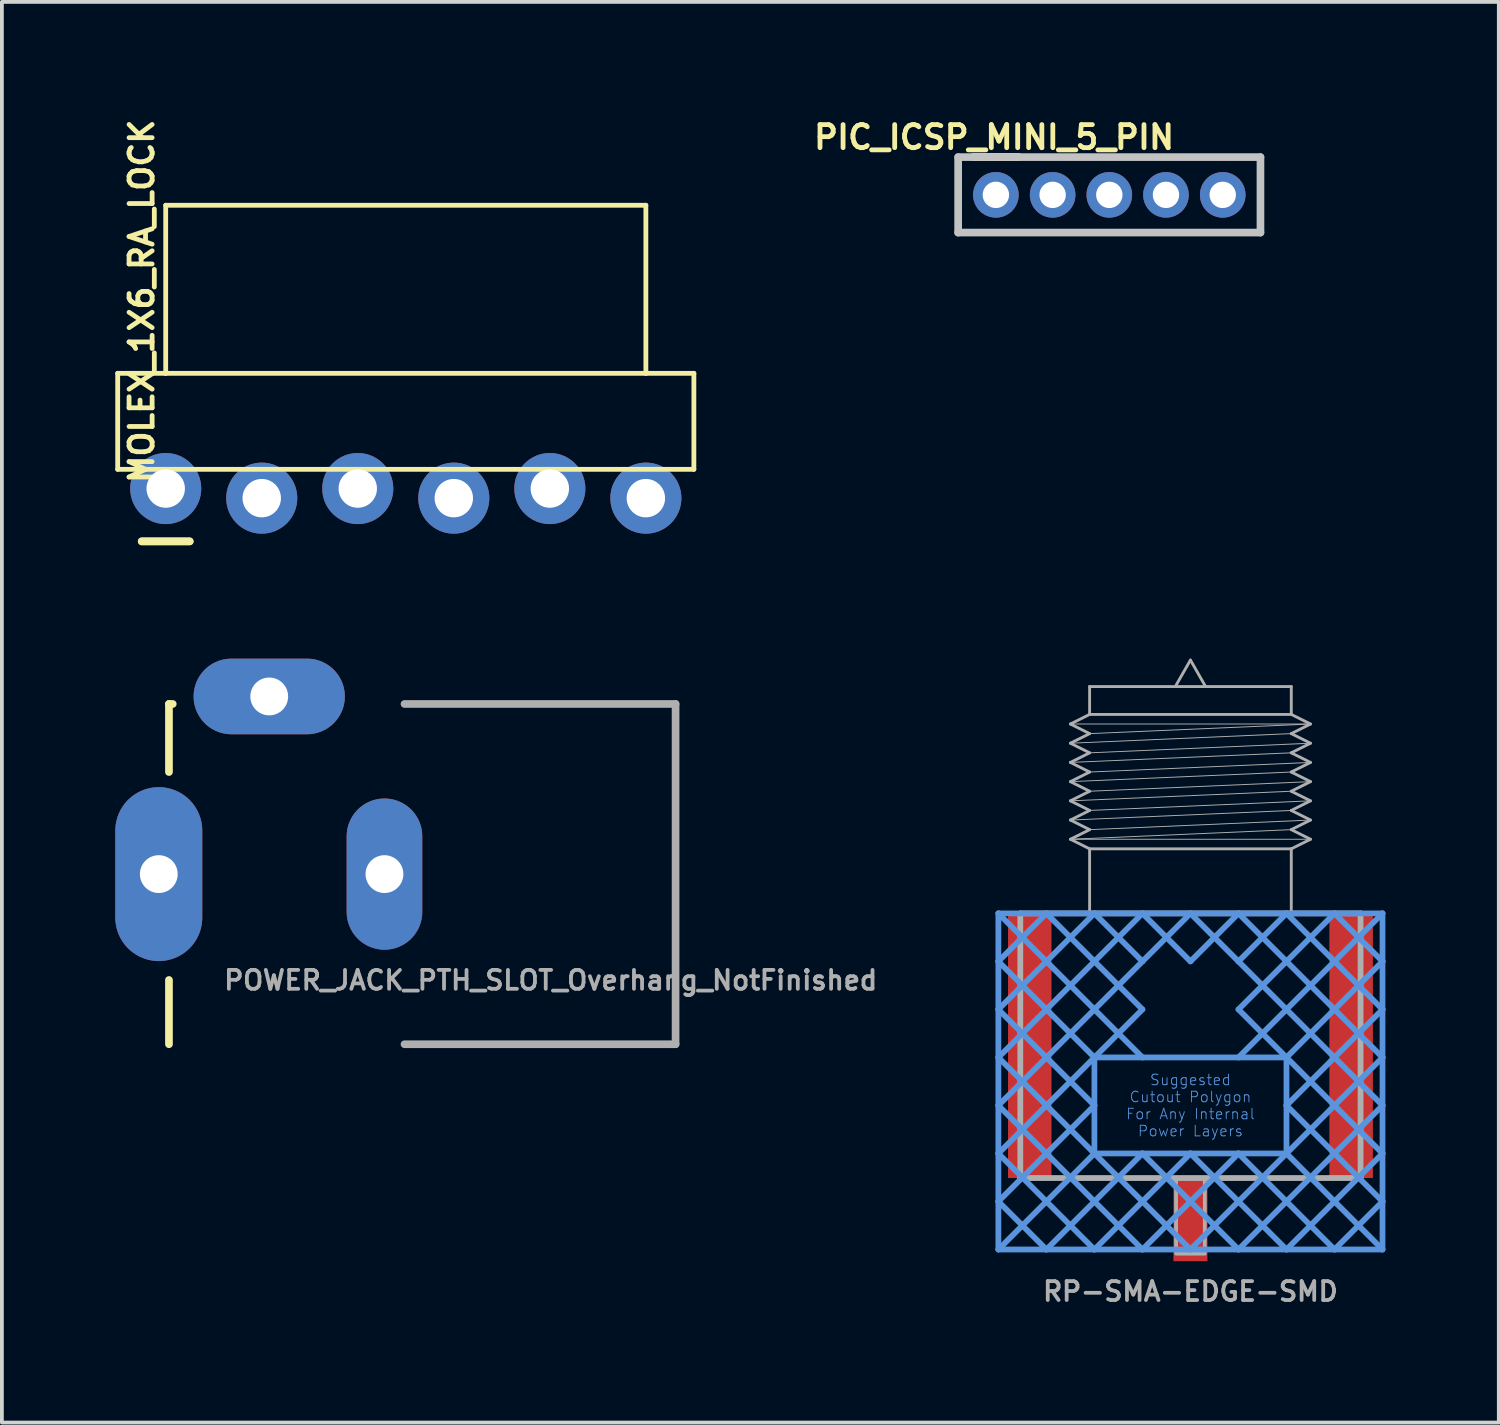
<source format=kicad_pcb>
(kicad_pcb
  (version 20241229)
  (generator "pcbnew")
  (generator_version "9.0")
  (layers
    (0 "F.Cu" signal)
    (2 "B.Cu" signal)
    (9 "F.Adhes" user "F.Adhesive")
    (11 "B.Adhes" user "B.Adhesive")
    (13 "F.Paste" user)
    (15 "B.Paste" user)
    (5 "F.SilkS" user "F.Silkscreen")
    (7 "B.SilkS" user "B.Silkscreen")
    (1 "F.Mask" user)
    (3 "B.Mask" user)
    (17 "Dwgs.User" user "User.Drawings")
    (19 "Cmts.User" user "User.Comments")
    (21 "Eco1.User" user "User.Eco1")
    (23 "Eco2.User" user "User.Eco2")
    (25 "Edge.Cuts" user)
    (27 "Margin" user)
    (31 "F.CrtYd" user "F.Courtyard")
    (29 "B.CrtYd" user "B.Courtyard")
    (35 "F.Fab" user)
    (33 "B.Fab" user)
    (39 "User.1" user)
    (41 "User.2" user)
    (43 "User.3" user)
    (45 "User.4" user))
  (footprint "MOLEX_1X6_RA_LOCK"
    (layer "F.Cu")
    (at 1.333 9.999)
    (property "Reference" "MOLEX_1X6_RA_LOCK" (at -0.635 -5.08 90) (layer "F.SilkS") (effects (font (size 0.61 0.61) (thickness 0.127))))
    (attr exclude_from_pos_files exclude_from_bom)
    (fp_line (start -1.27 -0.635) (end -1.27 -3.175) (stroke (width 0.127) (type solid)) (layer "F.SilkS"))
    (fp_line (start -0.635 1.27) (end 0.635 1.27) (stroke (width 0.203) (type solid)) (layer "F.SilkS"))
    (fp_line (start 0 -7.62) (end 12.7 -7.62) (stroke (width 0.127) (type solid)) (layer "F.SilkS"))
    (fp_line (start 0 -3.175) (end -1.27 -3.175) (stroke (width 0.127) (type solid)) (layer "F.SilkS"))
    (fp_line (start 0 -3.175) (end 0 -7.62) (stroke (width 0.127) (type solid)) (layer "F.SilkS"))
    (fp_line (start 0.635 1.27) (end -0.635 1.27) (stroke (width 0.203) (type solid)) (layer "F.SilkS"))
    (fp_line (start 12.7 -7.62) (end 12.7 -3.175) (stroke (width 0.127) (type solid)) (layer "F.SilkS"))
    (fp_line (start 12.7 -3.175) (end 0 -3.175) (stroke (width 0.127) (type solid)) (layer "F.SilkS"))
    (fp_line (start 13.97 -3.175) (end 12.7 -3.175) (stroke (width 0.127) (type solid)) (layer "F.SilkS"))
    (fp_line (start 13.97 -0.635) (end -1.27 -0.635) (stroke (width 0.127) (type solid)) (layer "F.SilkS"))
    (fp_line (start 13.97 -0.635) (end 13.97 -3.175) (stroke (width 0.127) (type solid)) (layer "F.SilkS"))
    (pad "1" thru_hole circle (at 0 -0.127) (size 1.88 1.88) (drill 1.016) (layers "*.Cu" "*.Mask"))
    (pad "2" thru_hole circle (at 2.54 0.127) (size 1.88 1.88) (drill 1.016) (layers "*.Cu" "*.Mask"))
    (pad "3" thru_hole circle (at 5.08 -0.127) (size 1.88 1.88) (drill 1.016) (layers "*.Cu" "*.Mask"))
    (pad "4" thru_hole circle (at 7.62 0.127) (size 1.88 1.88) (drill 1.016) (layers "*.Cu" "*.Mask"))
    (pad "5" thru_hole circle (at 10.16 -0.127) (size 1.88 1.88) (drill 1.016) (layers "*.Cu" "*.Mask"))
    (pad "6" thru_hole circle (at 12.7 0.127) (size 1.88 1.88) (drill 1.016) (layers "*.Cu" "*.Mask")))
  (footprint "RP-SMA-EDGE-SMD"
    (layer "F.Cu")
    (at 28.437 21.109)
    (property "Reference" "RP-SMA-EDGE-SMD" (at 0 10 0) (layer "F.Fab") (effects (font (size 0.5 0.5) (thickness 0.1) (bold yes))))
    (fp_poly (pts (xy -4.93 7) (xy -3.68 7) (xy -3.68 0) (xy -4.93 0)) (stroke (width 0) (type default)) (fill yes) (layer "F.Paste"))
    (fp_poly (pts (xy -0.55 9.39) (xy 0.55 9.39) (xy 0.55 6.99) (xy -0.55 6.99)) (stroke (width 0) (type default)) (fill yes) (layer "F.Paste"))
    (fp_poly (pts (xy 3.68 7) (xy 4.93 7) (xy 4.93 0) (xy 3.68 0)) (stroke (width 0) (type default)) (fill yes) (layer "F.Paste"))
    (fp_line (start -5.08 0) (end -5.08 1.27) (stroke (width 0.152) (type solid)) (layer "Cmts.User"))
    (fp_line (start -5.08 0) (end -1.27 3.81) (stroke (width 0.152) (type solid)) (layer "Cmts.User"))
    (fp_line (start -5.08 1.27) (end -5.08 2.54) (stroke (width 0.152) (type solid)) (layer "Cmts.User"))
    (fp_line (start -5.08 1.27) (end -2.54 3.81) (stroke (width 0.152) (type solid)) (layer "Cmts.User"))
    (fp_line (start -5.08 2.54) (end -5.08 3.81) (stroke (width 0.152) (type solid)) (layer "Cmts.User"))
    (fp_line (start -5.08 2.54) (end -2.54 5.08) (stroke (width 0.152) (type solid)) (layer "Cmts.User"))
    (fp_line (start -5.08 3.81) (end -5.08 5.08) (stroke (width 0.152) (type solid)) (layer "Cmts.User"))
    (fp_line (start -5.08 3.81) (end -2.54 6.35) (stroke (width 0.152) (type solid)) (layer "Cmts.User"))
    (fp_line (start -5.08 5.08) (end -5.08 6.35) (stroke (width 0.152) (type solid)) (layer "Cmts.User"))
    (fp_line (start -5.08 5.08) (end -1.27 8.89) (stroke (width 0.152) (type solid)) (layer "Cmts.User"))
    (fp_line (start -5.08 6.35) (end -5.08 7.62) (stroke (width 0.152) (type solid)) (layer "Cmts.User"))
    (fp_line (start -5.08 6.35) (end -2.54 8.89) (stroke (width 0.152) (type solid)) (layer "Cmts.User"))
    (fp_line (start -5.08 7.62) (end -5.08 8.89) (stroke (width 0.152) (type solid)) (layer "Cmts.User"))
    (fp_line (start -5.08 7.62) (end -3.81 8.89) (stroke (width 0.152) (type solid)) (layer "Cmts.User"))
    (fp_line (start -5.08 8.89) (end -3.81 8.89) (stroke (width 0.152) (type solid)) (layer "Cmts.User"))
    (fp_line (start -3.81 0) (end -5.08 0) (stroke (width 0.152) (type solid)) (layer "Cmts.User"))
    (fp_line (start -3.81 0) (end -5.08 1.27) (stroke (width 0.152) (type solid)) (layer "Cmts.User"))
    (fp_line (start -3.81 0) (end -1.27 2.54) (stroke (width 0.152) (type solid)) (layer "Cmts.User"))
    (fp_line (start -3.81 8.89) (end -2.54 8.89) (stroke (width 0.152) (type solid)) (layer "Cmts.User"))
    (fp_line (start -2.54 0) (end -5.08 2.54) (stroke (width 0.152) (type solid)) (layer "Cmts.User"))
    (fp_line (start -2.54 0) (end -3.81 0) (stroke (width 0.152) (type solid)) (layer "Cmts.User"))
    (fp_line (start -2.54 0) (end -1.27 1.27) (stroke (width 0.152) (type solid)) (layer "Cmts.User"))
    (fp_line (start -2.54 3.81) (end -5.08 6.35) (stroke (width 0.152) (type solid)) (layer "Cmts.User"))
    (fp_line (start -2.54 3.81) (end -2.54 5.08) (stroke (width 0.152) (type solid)) (layer "Cmts.User"))
    (fp_line (start -2.54 5.08) (end -5.08 7.62) (stroke (width 0.152) (type solid)) (layer "Cmts.User"))
    (fp_line (start -2.54 5.08) (end -2.54 6.35) (stroke (width 0.152) (type solid)) (layer "Cmts.User"))
    (fp_line (start -2.54 6.35) (end -5.08 8.89) (stroke (width 0.152) (type solid)) (layer "Cmts.User"))
    (fp_line (start -2.54 6.35) (end -1.27 6.35) (stroke (width 0.152) (type solid)) (layer "Cmts.User"))
    (fp_line (start -2.54 6.35) (end 0 8.89) (stroke (width 0.152) (type solid)) (layer "Cmts.User"))
    (fp_line (start -2.54 8.89) (end -1.27 8.89) (stroke (width 0.152) (type solid)) (layer "Cmts.User"))
    (fp_line (start -1.27 0) (end -5.08 3.81) (stroke (width 0.152) (type solid)) (layer "Cmts.User"))
    (fp_line (start -1.27 0) (end -2.54 0) (stroke (width 0.152) (type solid)) (layer "Cmts.User"))
    (fp_line (start -1.27 0) (end 0 1.27) (stroke (width 0.152) (type solid)) (layer "Cmts.User"))
    (fp_line (start -1.27 1.27) (end -5.08 5.08) (stroke (width 0.152) (type solid)) (layer "Cmts.User"))
    (fp_line (start -1.27 2.54) (end -2.54 3.81) (stroke (width 0.152) (type solid)) (layer "Cmts.User"))
    (fp_line (start -1.27 3.81) (end -2.54 3.81) (stroke (width 0.152) (type solid)) (layer "Cmts.User"))
    (fp_line (start -1.27 6.35) (end -3.81 8.89) (stroke (width 0.152) (type solid)) (layer "Cmts.User"))
    (fp_line (start -1.27 6.35) (end 0 6.35) (stroke (width 0.152) (type solid)) (layer "Cmts.User"))
    (fp_line (start -1.27 6.35) (end 1.27 8.89) (stroke (width 0.152) (type solid)) (layer "Cmts.User"))
    (fp_line (start -1.27 8.89) (end 0 8.89) (stroke (width 0.152) (type solid)) (layer "Cmts.User"))
    (fp_line (start 0 0) (end -1.27 0) (stroke (width 0.152) (type solid)) (layer "Cmts.User"))
    (fp_line (start 0 0) (end -1.27 1.27) (stroke (width 0.152) (type solid)) (layer "Cmts.User"))
    (fp_line (start 0 0) (end 1.27 1.27) (stroke (width 0.152) (type solid)) (layer "Cmts.User"))
    (fp_line (start 0 6.35) (end -2.54 8.89) (stroke (width 0.152) (type solid)) (layer "Cmts.User"))
    (fp_line (start 0 6.35) (end 1.27 6.35) (stroke (width 0.152) (type solid)) (layer "Cmts.User"))
    (fp_line (start 0 6.35) (end 2.54 8.89) (stroke (width 0.152) (type solid)) (layer "Cmts.User"))
    (fp_line (start 0 8.89) (end 1.27 8.89) (stroke (width 0.152) (type solid)) (layer "Cmts.User"))
    (fp_line (start 1.27 0) (end 0 0) (stroke (width 0.152) (type solid)) (layer "Cmts.User"))
    (fp_line (start 1.27 0) (end 0 1.27) (stroke (width 0.152) (type solid)) (layer "Cmts.User"))
    (fp_line (start 1.27 0) (end 5.08 3.81) (stroke (width 0.152) (type solid)) (layer "Cmts.User"))
    (fp_line (start 1.27 1.27) (end 5.08 5.08) (stroke (width 0.152) (type solid)) (layer "Cmts.User"))
    (fp_line (start 1.27 2.54) (end 2.54 3.81) (stroke (width 0.152) (type solid)) (layer "Cmts.User"))
    (fp_line (start 1.27 3.81) (end -1.27 3.81) (stroke (width 0.152) (type solid)) (layer "Cmts.User"))
    (fp_line (start 1.27 6.35) (end -1.27 8.89) (stroke (width 0.152) (type solid)) (layer "Cmts.User"))
    (fp_line (start 1.27 6.35) (end 2.54 6.35) (stroke (width 0.152) (type solid)) (layer "Cmts.User"))
    (fp_line (start 1.27 6.35) (end 3.81 8.89) (stroke (width 0.152) (type solid)) (layer "Cmts.User"))
    (fp_line (start 1.27 8.89) (end 2.54 8.89) (stroke (width 0.152) (type solid)) (layer "Cmts.User"))
    (fp_line (start 2.54 0) (end 1.27 0) (stroke (width 0.152) (type solid)) (layer "Cmts.User"))
    (fp_line (start 2.54 0) (end 1.27 1.27) (stroke (width 0.152) (type solid)) (layer "Cmts.User"))
    (fp_line (start 2.54 0) (end 5.08 2.54) (stroke (width 0.152) (type solid)) (layer "Cmts.User"))
    (fp_line (start 2.54 3.81) (end 1.27 3.81) (stroke (width 0.152) (type solid)) (layer "Cmts.User"))
    (fp_line (start 2.54 3.81) (end 5.08 6.35) (stroke (width 0.152) (type solid)) (layer "Cmts.User"))
    (fp_line (start 2.54 5.08) (end 2.54 3.81) (stroke (width 0.152) (type solid)) (layer "Cmts.User"))
    (fp_line (start 2.54 5.08) (end 5.08 7.62) (stroke (width 0.152) (type solid)) (layer "Cmts.User"))
    (fp_line (start 2.54 6.35) (end 0 8.89) (stroke (width 0.152) (type solid)) (layer "Cmts.User"))
    (fp_line (start 2.54 6.35) (end 2.54 5.08) (stroke (width 0.152) (type solid)) (layer "Cmts.User"))
    (fp_line (start 2.54 6.35) (end 5.08 8.89) (stroke (width 0.152) (type solid)) (layer "Cmts.User"))
    (fp_line (start 2.54 8.89) (end 3.81 8.89) (stroke (width 0.152) (type solid)) (layer "Cmts.User"))
    (fp_line (start 3.81 0) (end 1.27 2.54) (stroke (width 0.152) (type solid)) (layer "Cmts.User"))
    (fp_line (start 3.81 0) (end 2.54 0) (stroke (width 0.152) (type solid)) (layer "Cmts.User"))
    (fp_line (start 3.81 8.89) (end 5.08 8.89) (stroke (width 0.152) (type solid)) (layer "Cmts.User"))
    (fp_line (start 5.08 0) (end 1.27 3.81) (stroke (width 0.152) (type solid)) (layer "Cmts.User"))
    (fp_line (start 5.08 0) (end 3.81 0) (stroke (width 0.152) (type solid)) (layer "Cmts.User"))
    (fp_line (start 5.08 1.27) (end 2.54 3.81) (stroke (width 0.152) (type solid)) (layer "Cmts.User"))
    (fp_line (start 5.08 1.27) (end 3.81 0) (stroke (width 0.152) (type solid)) (layer "Cmts.User"))
    (fp_line (start 5.08 1.27) (end 5.08 0) (stroke (width 0.152) (type solid)) (layer "Cmts.User"))
    (fp_line (start 5.08 2.54) (end 2.54 5.08) (stroke (width 0.152) (type solid)) (layer "Cmts.User"))
    (fp_line (start 5.08 2.54) (end 5.08 1.27) (stroke (width 0.152) (type solid)) (layer "Cmts.User"))
    (fp_line (start 5.08 3.81) (end 2.54 6.35) (stroke (width 0.152) (type solid)) (layer "Cmts.User"))
    (fp_line (start 5.08 3.81) (end 5.08 2.54) (stroke (width 0.152) (type solid)) (layer "Cmts.User"))
    (fp_line (start 5.08 5.08) (end 1.27 8.89) (stroke (width 0.152) (type solid)) (layer "Cmts.User"))
    (fp_line (start 5.08 5.08) (end 5.08 3.81) (stroke (width 0.152) (type solid)) (layer "Cmts.User"))
    (fp_line (start 5.08 6.35) (end 2.54 8.89) (stroke (width 0.152) (type solid)) (layer "Cmts.User"))
    (fp_line (start 5.08 6.35) (end 5.08 5.08) (stroke (width 0.152) (type solid)) (layer "Cmts.User"))
    (fp_line (start 5.08 7.62) (end 3.81 8.89) (stroke (width 0.152) (type solid)) (layer "Cmts.User"))
    (fp_line (start 5.08 7.62) (end 5.08 6.35) (stroke (width 0.152) (type solid)) (layer "Cmts.User"))
    (fp_line (start 5.08 8.89) (end 5.08 7.62) (stroke (width 0.152) (type solid)) (layer "Cmts.User"))
    (fp_line (start -4.5 0) (end -2.667 0) (stroke (width 0.152) (type solid)) (layer "F.Fab"))
    (fp_line (start -4.5 7) (end -4.5 0) (stroke (width 0.152) (type solid)) (layer "F.Fab"))
    (fp_line (start -3.175 -5.009) (end -2.667 -5.263) (stroke (width 0.076) (type solid)) (layer "F.Fab"))
    (fp_line (start -3.175 -4.501) (end -2.667 -4.755) (stroke (width 0.076) (type solid)) (layer "F.Fab"))
    (fp_line (start -3.175 -4.501) (end 2.667 -4.755) (stroke (width 0.025) (type solid)) (layer "F.Fab"))
    (fp_line (start -3.175 -3.993) (end -2.667 -4.247) (stroke (width 0.076) (type solid)) (layer "F.Fab"))
    (fp_line (start -3.175 -3.993) (end -2.667 -3.739) (stroke (width 0.076) (type solid)) (layer "F.Fab"))
    (fp_line (start -3.175 -3.993) (end 2.667 -4.247) (stroke (width 0.025) (type solid)) (layer "F.Fab"))
    (fp_line (start -3.175 -3.485) (end -2.667 -3.739) (stroke (width 0.076) (type solid)) (layer "F.Fab"))
    (fp_line (start -3.175 -3.485) (end 2.667 -3.739) (stroke (width 0.025) (type solid)) (layer "F.Fab"))
    (fp_line (start -3.175 -2.977) (end -2.667 -3.231) (stroke (width 0.076) (type solid)) (layer "F.Fab"))
    (fp_line (start -3.175 -2.977) (end 2.667 -3.231) (stroke (width 0.025) (type solid)) (layer "F.Fab"))
    (fp_line (start -3.175 -2.469) (end -2.667 -2.723) (stroke (width 0.076) (type solid)) (layer "F.Fab"))
    (fp_line (start -3.175 -2.469) (end 2.667 -2.723) (stroke (width 0.025) (type solid)) (layer "F.Fab"))
    (fp_line (start -3.175 -1.961) (end -2.667 -2.215) (stroke (width 0.076) (type solid)) (layer "F.Fab"))
    (fp_line (start -3.175 -1.961) (end 2.667 -2.215) (stroke (width 0.025) (type solid)) (layer "F.Fab"))
    (fp_line (start -3.175 -1.961) (end 3.175 -1.961) (stroke (width 0.025) (type solid)) (layer "F.Fab"))
    (fp_line (start -2.667 -6) (end -0.4 -6) (stroke (width 0.076) (type solid)) (layer "F.Fab"))
    (fp_line (start -2.667 -5.263) (end -2.667 -6) (stroke (width 0.076) (type solid)) (layer "F.Fab"))
    (fp_line (start -2.667 -5.263) (end 2.667 -5.263) (stroke (width 0.076) (type solid)) (layer "F.Fab"))
    (fp_line (start -2.667 -4.755) (end -3.175 -5.009) (stroke (width 0.076) (type solid)) (layer "F.Fab"))
    (fp_line (start -2.667 -4.755) (end 3.175 -5.009) (stroke (width 0.025) (type solid)) (layer "F.Fab"))
    (fp_line (start -2.667 -4.247) (end -3.175 -4.501) (stroke (width 0.076) (type solid)) (layer "F.Fab"))
    (fp_line (start -2.667 -4.247) (end 3.175 -4.501) (stroke (width 0.025) (type solid)) (layer "F.Fab"))
    (fp_line (start -2.667 -3.739) (end 3.175 -3.993) (stroke (width 0.025) (type solid)) (layer "F.Fab"))
    (fp_line (start -2.667 -3.231) (end -3.175 -3.485) (stroke (width 0.076) (type solid)) (layer "F.Fab"))
    (fp_line (start -2.667 -3.231) (end 3.175 -3.485) (stroke (width 0.025) (type solid)) (layer "F.Fab"))
    (fp_line (start -2.667 -2.723) (end -3.175 -2.977) (stroke (width 0.076) (type solid)) (layer "F.Fab"))
    (fp_line (start -2.667 -2.723) (end 3.175 -2.977) (stroke (width 0.025) (type solid)) (layer "F.Fab"))
    (fp_line (start -2.667 -2.215) (end -3.175 -2.469) (stroke (width 0.076) (type solid)) (layer "F.Fab"))
    (fp_line (start -2.667 -2.215) (end 3.175 -2.469) (stroke (width 0.025) (type solid)) (layer "F.Fab"))
    (fp_line (start -2.667 -1.707) (end -3.175 -1.961) (stroke (width 0.076) (type solid)) (layer "F.Fab"))
    (fp_line (start -2.667 -1.707) (end 2.667 -1.707) (stroke (width 0.076) (type solid)) (layer "F.Fab"))
    (fp_line (start -2.667 0) (end -2.667 -1.707) (stroke (width 0.076) (type solid)) (layer "F.Fab"))
    (fp_line (start -2.667 0) (end 2.667 0) (stroke (width 0.152) (type solid)) (layer "F.Fab"))
    (fp_line (start -0.4 -6) (end 0 -6.7) (stroke (width 0.076) (type solid)) (layer "F.Fab"))
    (fp_line (start -0.4 -6) (end 0.4 -6) (stroke (width 0.076) (type solid)) (layer "F.Fab"))
    (fp_line (start 0 -6.7) (end 0.4 -6) (stroke (width 0.076) (type solid)) (layer "F.Fab"))
    (fp_line (start 0.4 -6) (end 2.667 -6) (stroke (width 0.076) (type solid)) (layer "F.Fab"))
    (fp_line (start 2.667 -6) (end 2.667 -5.263) (stroke (width 0.076) (type solid)) (layer "F.Fab"))
    (fp_line (start 2.667 -5.263) (end 3.175 -5.009) (stroke (width 0.076) (type solid)) (layer "F.Fab"))
    (fp_line (start 2.667 -4.755) (end 3.175 -4.501) (stroke (width 0.076) (type solid)) (layer "F.Fab"))
    (fp_line (start 2.667 -4.247) (end 3.175 -3.993) (stroke (width 0.076) (type solid)) (layer "F.Fab"))
    (fp_line (start 2.667 -3.739) (end 3.175 -3.485) (stroke (width 0.076) (type solid)) (layer "F.Fab"))
    (fp_line (start 2.667 -3.231) (end 3.175 -2.977) (stroke (width 0.076) (type solid)) (layer "F.Fab"))
    (fp_line (start 2.667 -2.723) (end 3.175 -2.469) (stroke (width 0.076) (type solid)) (layer "F.Fab"))
    (fp_line (start 2.667 -2.215) (end 3.175 -1.961) (stroke (width 0.076) (type solid)) (layer "F.Fab"))
    (fp_line (start 2.667 -1.707) (end 2.667 0) (stroke (width 0.076) (type solid)) (layer "F.Fab"))
    (fp_line (start 2.667 0) (end 4.5 0) (stroke (width 0.152) (type solid)) (layer "F.Fab"))
    (fp_line (start 3.175 -5.009) (end -3.175 -5.009) (stroke (width 0.025) (type solid)) (layer "F.Fab"))
    (fp_line (start 3.175 -5.009) (end 2.667 -4.755) (stroke (width 0.076) (type solid)) (layer "F.Fab"))
    (fp_line (start 3.175 -4.501) (end 2.667 -4.247) (stroke (width 0.076) (type solid)) (layer "F.Fab"))
    (fp_line (start 3.175 -3.993) (end 2.667 -3.739) (stroke (width 0.076) (type solid)) (layer "F.Fab"))
    (fp_line (start 3.175 -3.485) (end 2.667 -3.231) (stroke (width 0.076) (type solid)) (layer "F.Fab"))
    (fp_line (start 3.175 -2.977) (end 2.667 -2.723) (stroke (width 0.076) (type solid)) (layer "F.Fab"))
    (fp_line (start 3.175 -2.469) (end 2.667 -2.215) (stroke (width 0.076) (type solid)) (layer "F.Fab"))
    (fp_line (start 3.175 -1.961) (end 2.667 -1.707) (stroke (width 0.076) (type solid)) (layer "F.Fab"))
    (fp_line (start 4.5 0) (end 4.5 7) (stroke (width 0.152) (type solid)) (layer "F.Fab"))
    (fp_line (start 4.5 7) (end -4.5 7) (stroke (width 0.152) (type solid)) (layer "F.Fab"))
    (fp_poly (pts (xy 0.38 7) (xy -0.38 7) (xy -0.38 9) (xy 0.38 9)) (stroke (width 0.1) (type default)) (fill no) (layer "F.Fab"))
    (fp_text user "Suggested\nCutout Polygon\nFor Any Internal\nPower Layers" (at 0 5.08 0) (layer "Cmts.User") (effects (font (size 0.28 0.28) (thickness 0.024))))
    (pad "GND@0" smd rect (at -4.25 3.5) (size 1.15 7) (layers "F.Cu" "F.Mask"))
    (pad "GND@1" smd rect (at 4.25 3.5) (size 1.15 7) (layers "F.Cu" "F.Mask"))
    (pad "SIG" smd rect (at 0 8.1) (size 0.9 2.2) (layers "F.Cu" "F.Mask")))
  (footprint "POWER_JACK_PTH_SLOT_Overhang_NotFinished"
    (layer "F.Cu")
    (at 7.119 20.07)
    (property "Reference" "POWER_JACK_PTH_SLOT_Overhang_NotFinished" (at -4.3 3.1 0) (layer "F.Fab") (effects (font (size 0.5 0.5) (thickness 0.1)) (justify left bottom)))
    (fp_line (start -5.7 -4.5) (end -5.7 -2.7) (stroke (width 0.203) (type solid)) (layer "F.SilkS"))
    (fp_line (start -5.7 -4.5) (end -5.6 -4.5) (stroke (width 0.203) (type solid)) (layer "F.SilkS"))
    (fp_line (start -5.7 4.5) (end -5.7 2.8) (stroke (width 0.203) (type solid)) (layer "F.SilkS"))
    (fp_line (start 0.53 4.5) (end 7.7 4.5) (stroke (width 0.203) (type solid)) (layer "F.Fab"))
    (fp_line (start 7.7 -4.5) (end 0.53 -4.5) (stroke (width 0.203) (type solid)) (layer "F.Fab"))
    (fp_line (start 7.7 -4.5) (end 7.7 4.5) (stroke (width 0.203) (type solid)) (layer "F.Fab"))
    (pad "GND" thru_hole oval (at 0 0 90) (size 4 2) (drill 1) (layers "*.Cu" "*.Mask"))
    (pad "GNDBREAK" thru_hole oval (at -3.048 -4.699 180) (size 4 2) (drill 1) (layers "*.Cu" "*.Mask"))
    (pad "PWR" thru_hole oval (at -5.969 0 90) (size 4.6 2.3) (drill 1) (layers "*.Cu" "*.Mask")))
  (footprint "PIC_ICSP_MINI_5_PIN"
    (layer "F.Cu")
    (at 26.291 2.104)
    (property "Reference" "PIC_ICSP_MINI_5_PIN" (at -3.048 -1.524 0) (layer "F.SilkS") (effects (font (size 0.61 0.61) (thickness 0.127))))
    (attr exclude_from_pos_files exclude_from_bom)
    (fp_line (start -3.594 -0.998) (end -2.393 -0.998) (stroke (width 0.203) (type solid)) (layer "F.SilkS"))
    (fp_line (start -2.398 -0.998) (end -3.599 -0.998) (stroke (width 0.203) (type solid)) (layer "F.SilkS"))
    (fp_line (start -3.998 -0.998) (end -3.998 0.998) (stroke (width 0.203) (type solid)) (layer "Dwgs.User"))
    (fp_line (start -3.998 0.998) (end 3.998 0.998) (stroke (width 0.203) (type solid)) (layer "Dwgs.User"))
    (fp_line (start 3.998 -0.998) (end -3.998 -0.998) (stroke (width 0.203) (type solid)) (layer "Dwgs.User"))
    (fp_line (start 3.998 0.998) (end 3.998 -0.998) (stroke (width 0.203) (type solid)) (layer "Dwgs.User"))
    (pad "1" thru_hole circle (at -3 0) (size 1.206 1.206) (drill 0.699) (layers "*.Cu" "*.Mask"))
    (pad "2" thru_hole circle (at -1.499 0) (size 1.206 1.206) (drill 0.699) (layers "*.Cu" "*.Mask"))
    (pad "3" thru_hole circle (at 0 0) (size 1.206 1.206) (drill 0.699) (layers "*.Cu" "*.Mask"))
    (pad "4" thru_hole circle (at 1.499 0) (size 1.206 1.206) (drill 0.699) (layers "*.Cu" "*.Mask"))
    (pad "5" thru_hole circle (at 3 0) (size 1.206 1.206) (drill 0.699) (layers "*.Cu" "*.Mask")))
  (gr_rect
    (start -3 -3)
    (end 36.593 34.577)
    (stroke (width 0.1) (type default))
    (fill no)
    (layer "Edge.Cuts")))
</source>
